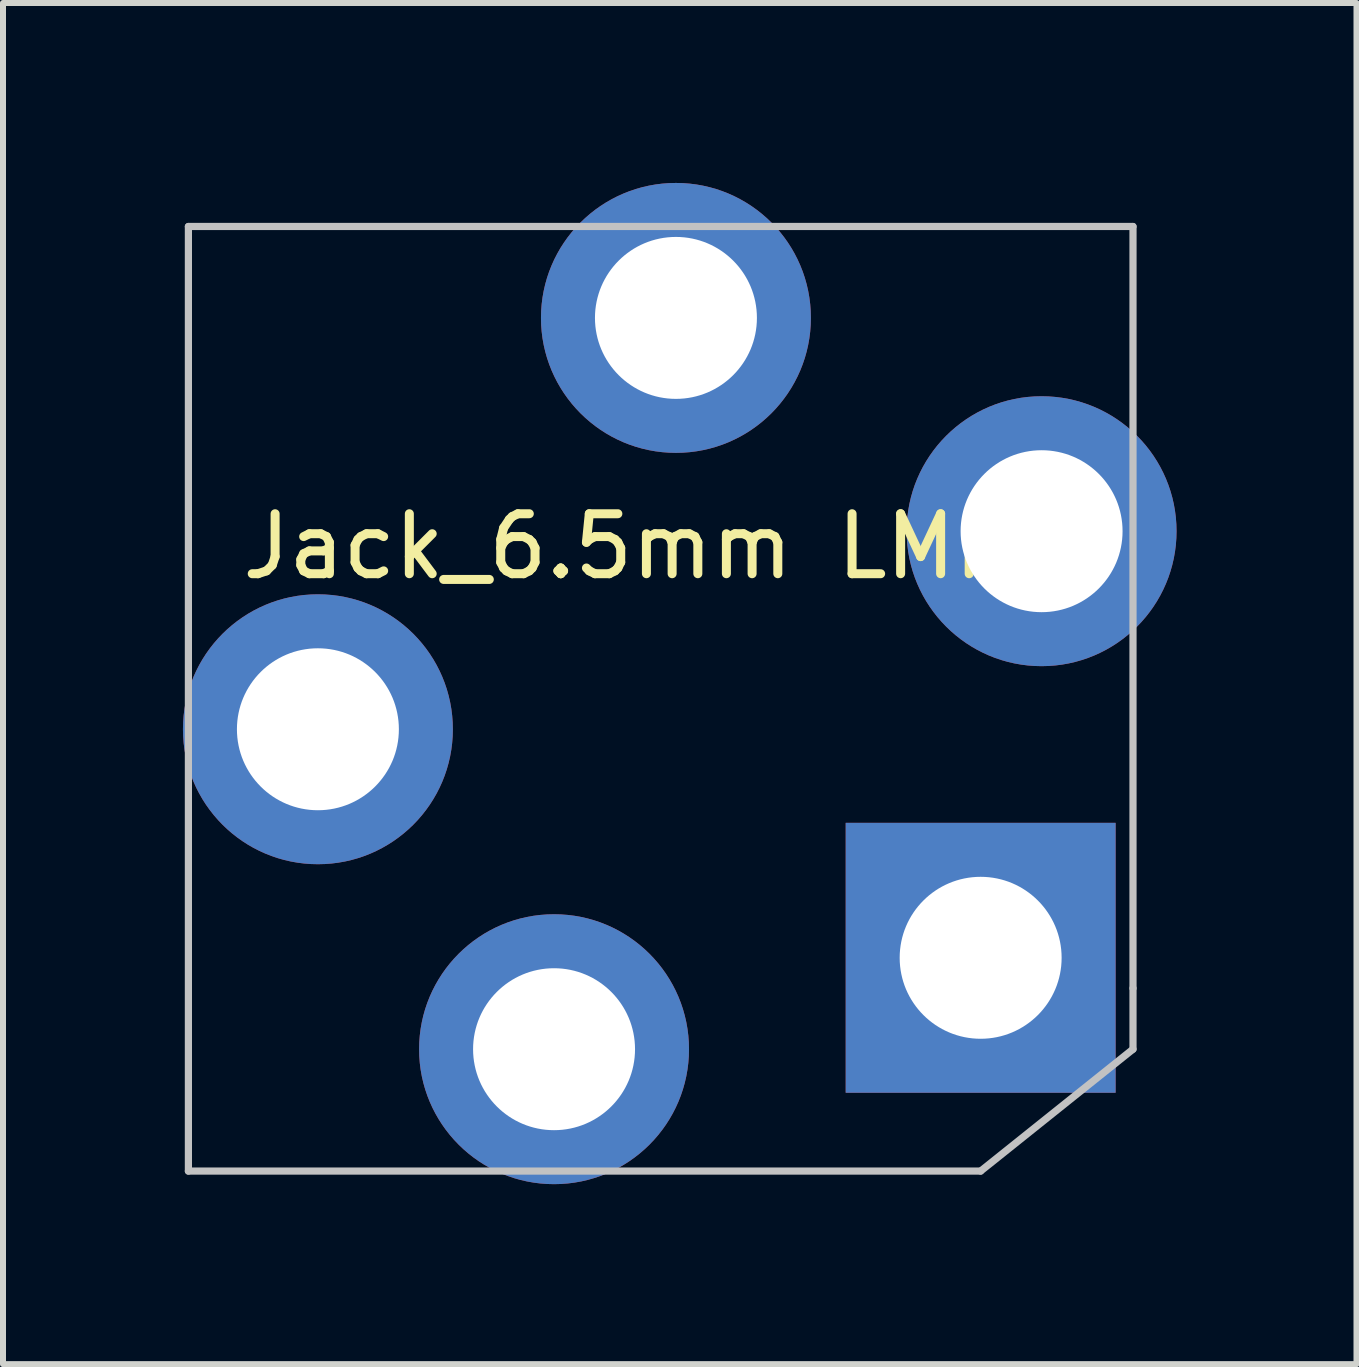
<source format=kicad_pcb>
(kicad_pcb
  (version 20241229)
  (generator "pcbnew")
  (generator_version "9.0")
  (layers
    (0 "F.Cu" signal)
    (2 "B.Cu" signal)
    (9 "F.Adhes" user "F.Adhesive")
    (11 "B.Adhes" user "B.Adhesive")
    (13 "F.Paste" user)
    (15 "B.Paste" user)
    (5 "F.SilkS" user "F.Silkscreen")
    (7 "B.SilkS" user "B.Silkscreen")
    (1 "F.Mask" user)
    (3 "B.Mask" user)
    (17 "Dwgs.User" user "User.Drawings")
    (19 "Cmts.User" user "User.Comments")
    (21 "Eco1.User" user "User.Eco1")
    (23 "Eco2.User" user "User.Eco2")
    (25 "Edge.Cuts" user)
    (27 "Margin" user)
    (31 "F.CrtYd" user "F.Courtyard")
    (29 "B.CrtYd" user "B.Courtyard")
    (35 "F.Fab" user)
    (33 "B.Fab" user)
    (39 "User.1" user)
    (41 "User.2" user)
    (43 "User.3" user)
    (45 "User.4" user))
  (footprint "Jack_6.5mm LMNC"
    (layer "F.Cu")
    (at 9.235 3.266)
    (property "Reference" "Jack_6.5mm LMNC" (at -1.27 2.794 0) (layer "F.SilkS") (effects (font (size 1 1) (thickness 0.15))))
    (attr through_hole)
    (fp_line (start -9.144 -2.54) (end 6.604 -2.54) (stroke (width 0.12) (type solid)) (layer "Dwgs.User"))
    (fp_line (start -9.144 13.208) (end -9.144 -2.54) (stroke (width 0.12) (type solid)) (layer "Dwgs.User"))
    (fp_line (start 4.064 13.208) (end -9.144 13.208) (stroke (width 0.12) (type solid)) (layer "Dwgs.User"))
    (fp_line (start 6.604 -2.54) (end 6.604 10.16) (stroke (width 0.12) (type solid)) (layer "Dwgs.User"))
    (fp_line (start 6.604 10.16) (end 6.604 11.176) (stroke (width 0.12) (type solid)) (layer "Dwgs.User"))
    (fp_line (start 6.604 11.176) (end 4.064 13.208) (stroke (width 0.12) (type solid)) (layer "Dwgs.User"))
    (pad "G" thru_hole rect (at 4.064 9.652) (size 4.5 4.5) (drill 2.7) (layers "*.Cu" "*.Mask"))
    (pad "S" thru_hole circle (at -1.016 -1.016) (size 4.5 4.5) (drill 2.7) (layers "*.Cu" "*.Mask"))
    (pad "SN" thru_hole circle (at 5.08 2.54) (size 4.5 4.5) (drill 2.7) (layers "*.Cu" "*.Mask"))
    (pad "T" thru_hole circle (at -6.985 5.842) (size 4.5 4.5) (drill 2.7) (layers "*.Cu" "*.Mask"))
    (pad "TN" thru_hole circle (at -3.048 11.176) (size 4.5 4.5) (drill 2.7) (layers "*.Cu" "*.Mask")))
  (gr_rect
    (start -3 -3)
    (end 19.565 19.692)
    (stroke (width 0.1) (type default))
    (fill no)
    (layer "Edge.Cuts")))
</source>
